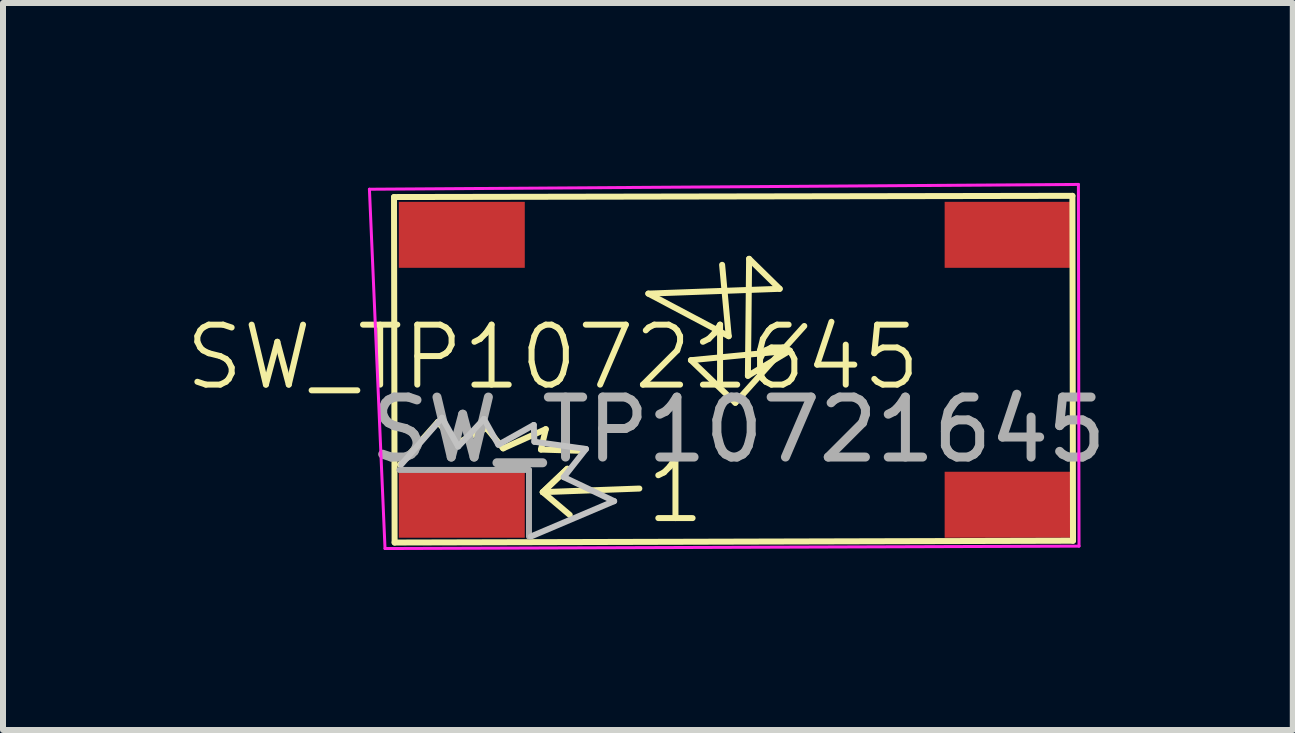
<source format=kicad_pcb>
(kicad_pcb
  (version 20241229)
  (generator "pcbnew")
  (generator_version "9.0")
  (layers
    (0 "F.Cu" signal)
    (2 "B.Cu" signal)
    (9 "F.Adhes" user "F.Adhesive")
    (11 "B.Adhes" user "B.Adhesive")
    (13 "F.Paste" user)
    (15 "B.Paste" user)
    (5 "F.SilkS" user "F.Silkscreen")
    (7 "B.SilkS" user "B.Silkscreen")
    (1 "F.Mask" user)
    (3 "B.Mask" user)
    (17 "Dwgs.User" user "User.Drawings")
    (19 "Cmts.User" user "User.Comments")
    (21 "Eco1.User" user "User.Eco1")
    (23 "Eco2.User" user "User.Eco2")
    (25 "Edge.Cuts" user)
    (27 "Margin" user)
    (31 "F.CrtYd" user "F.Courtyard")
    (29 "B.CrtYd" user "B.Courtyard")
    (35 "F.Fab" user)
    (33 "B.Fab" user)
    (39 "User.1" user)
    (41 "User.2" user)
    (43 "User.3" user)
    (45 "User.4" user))
  (footprint "SW_TP10721645"
    (layer "F.Cu")
    (at 9.199 3.115)
    (property "Reference" "SW_TP10721645" (at -3.03 -0.21 0) (unlocked yes) (layer "F.SilkS") (effects (font (size 1 1) (thickness 0.1))))
    (attr smd)
    (fp_line (start -5.68 -2.88) (end -5.67 2.88) (stroke (width 0.1) (type default)) (layer "F.SilkS"))
    (fp_line (start -5.67 2.88) (end 5.64 2.85) (stroke (width 0.1) (type default)) (layer "F.SilkS"))
    (fp_line (start -5.58 1.58) (end -4.95 0.87) (stroke (width 0.1) (type default)) (layer "F.SilkS"))
    (fp_line (start -4.95 0.87) (end -4.64 1.23) (stroke (width 0.1) (type default)) (layer "F.SilkS"))
    (fp_line (start -4.64 1.23) (end -4.14 0.97) (stroke (width 0.1) (type default)) (layer "F.SilkS"))
    (fp_line (start -4.14 0.97) (end -3.86 1.31) (stroke (width 0.1) (type default)) (layer "F.SilkS"))
    (fp_line (start -3.86 1.31) (end -3.15 0.99) (stroke (width 0.1) (type default)) (layer "F.SilkS"))
    (fp_line (start -3.23 1.33) (end -2.59 1.35) (stroke (width 0.1) (type default)) (layer "F.SilkS"))
    (fp_line (start -3.2 2.04) (end -2.79 1.65) (stroke (width 0.1) (type default)) (layer "F.SilkS"))
    (fp_line (start -3.2 2.04) (end -2.75 2.42) (stroke (width 0.1) (type default)) (layer "F.SilkS"))
    (fp_line (start -3.2 2.04) (end -1.59 1.98) (stroke (width 0.1) (type default)) (layer "F.SilkS"))
    (fp_line (start -3.15 0.99) (end -3.23 1.33) (stroke (width 0.1) (type default)) (layer "F.SilkS"))
    (fp_line (start -2.79 1.65) (end -3.2 2.04) (stroke (width 0.1) (type default)) (layer "F.SilkS"))
    (fp_line (start -1.44 -1.27) (end 0.75 -1.35) (stroke (width 0.1) (type default)) (layer "F.SilkS"))
    (fp_line (start -0.73 -0.16) (end 0.01 0.55) (stroke (width 0.1) (type default)) (layer "F.SilkS"))
    (fp_line (start -0.21 -1.75) (end -0.1 -0.56) (stroke (width 0.1) (type default)) (layer "F.SilkS"))
    (fp_line (start -0.1 -0.56) (end -1.44 -1.27) (stroke (width 0.1) (type default)) (layer "F.SilkS"))
    (fp_line (start 0.01 0.55) (end 1.16 -0.73) (stroke (width 0.1) (type default)) (layer "F.SilkS"))
    (fp_line (start 0.22 0.1) (end 0.92 -0.32) (stroke (width 0.1) (type default)) (layer "F.SilkS"))
    (fp_line (start 0.24 -1.85) (end 0.22 0.1) (stroke (width 0.1) (type default)) (layer "F.SilkS"))
    (fp_line (start 0.75 -1.35) (end 0.24 -1.85) (stroke (width 0.1) (type default)) (layer "F.SilkS"))
    (fp_line (start 0.92 -0.32) (end -0.73 -0.16) (stroke (width 0.1) (type default)) (layer "F.SilkS"))
    (fp_line (start 5.63 -2.9) (end -5.68 -2.88) (stroke (width 0.1) (type default)) (layer "F.SilkS"))
    (fp_line (start 5.64 2.85) (end 5.63 -2.9) (stroke (width 0.1) (type default)) (layer "F.SilkS"))
    (fp_line (start -5.56 1.58) (end -4.88 0.8) (stroke (width 0.1) (type default)) (layer "Dwgs.User"))
    (fp_line (start -4.88 0.8) (end -4.61 1.28) (stroke (width 0.1) (type default)) (layer "Dwgs.User"))
    (fp_line (start -4.61 1.28) (end -4.18 0.82) (stroke (width 0.1) (type default)) (layer "Dwgs.User"))
    (fp_line (start -4.18 0.82) (end -3.94 1.25) (stroke (width 0.1) (type default)) (layer "Dwgs.User"))
    (fp_line (start -3.94 1.25) (end -3.35 0.92) (stroke (width 0.1) (type default)) (layer "Dwgs.User"))
    (fp_line (start -3.35 0.92) (end -3.34 1.2) (stroke (width 0.1) (type default)) (layer "Dwgs.User"))
    (fp_line (start -3.34 1.2) (end -2.48 1.32) (stroke (width 0.1) (type default)) (layer "Dwgs.User"))
    (fp_line (start -2.85 1.79) (end -2.01 2.19) (stroke (width 0.1) (type default)) (layer "Dwgs.User"))
    (fp_line (start -2.48 1.32) (end -2.85 1.79) (stroke (width 0.1) (type default)) (layer "Dwgs.User"))
    (fp_line (start -2.01 2.19) (end -3.4 2.78) (stroke (width 0.1) (type default)) (layer "Dwgs.User"))
    (fp_line (start -6.09 -3.01) (end -5.83 2.98) (stroke (width 0.05) (type default)) (layer "F.CrtYd"))
    (fp_line (start -5.83 2.98) (end 5.74 2.94) (stroke (width 0.05) (type default)) (layer "F.CrtYd"))
    (fp_line (start 5.73 -3.09) (end -6.09 -3.01) (stroke (width 0.05) (type default)) (layer "F.CrtYd"))
    (fp_line (start 5.74 2.94) (end 5.73 -3.09) (stroke (width 0.05) (type default)) (layer "F.CrtYd"))
    (fp_line (start -5.59 1.67) (end -3.43 1.67) (stroke (width 0.1) (type default)) (layer "F.Fab"))
    (fp_line (start -3.43 1.67) (end -3.43 2.78) (stroke (width 0.1) (type default)) (layer "F.Fab"))
    (fp_line (start -5.53 1.58) (end -4.88 1.25) (stroke (width 0.1) (type default)) (layer "User.6"))
    (fp_line (start -4.88 1.25) (end -4.88 1.65) (stroke (width 0.1) (type default)) (layer "User.6"))
    (fp_line (start -4.88 1.65) (end -4.22 1.24) (stroke (width 0.1) (type default)) (layer "User.6"))
    (fp_line (start -4.25 1.63) (end -3.64 1.32) (stroke (width 0.1) (type default)) (layer "User.6"))
    (fp_line (start -4.22 1.24) (end -4.25 1.63) (stroke (width 0.1) (type default)) (layer "User.6"))
    (fp_line (start -3.7 1.67) (end -3.01 1.38) (stroke (width 0.1) (type default)) (layer "User.6"))
    (fp_line (start -3.64 1.32) (end -3.7 1.67) (stroke (width 0.1) (type default)) (layer "User.6"))
    (fp_line (start -3.36 2.01) (end -2.66 2.25) (stroke (width 0.1) (type default)) (layer "User.6"))
    (fp_line (start -3.01 1.38) (end -3.36 2.01) (stroke (width 0.1) (type default)) (layer "User.6"))
    (fp_line (start -2.66 2.25) (end -3.4 2.74) (stroke (width 0.1) (type default)) (layer "User.6"))
    (fp_text user "1" (at -1.53 2.6 0) (unlocked yes) (layer "F.SilkS") (effects (font (size 1 1) (thickness 0.1)) (justify left bottom)))
    (fp_text user "${REFERENCE}" (at 0.06 1 0) (unlocked yes) (layer "F.Fab") (effects (font (size 1 1) (thickness 0.15))))
    (pad "1" smd rect (at -4.55 2.25) (size 2.1 1.1) (layers "F.Cu" "F.Mask" "F.Paste"))
    (pad "2" smd rect (at 4.55 2.25) (size 2.1 1.1) (layers "F.Cu" "F.Mask" "F.Paste"))
    (pad "3" smd rect (at 4.55 -2.25) (size 2.1 1.1) (layers "F.Cu" "F.Mask" "F.Paste"))
    (pad "4" smd rect (at -4.55 -2.25) (size 2.1 1.1) (layers "F.Cu" "F.Mask" "F.Paste")))
  (gr_rect
    (start -3 -3)
    (end 18.503 9.12)
    (stroke (width 0.1) (type default))
    (fill no)
    (layer "Edge.Cuts")))
</source>
